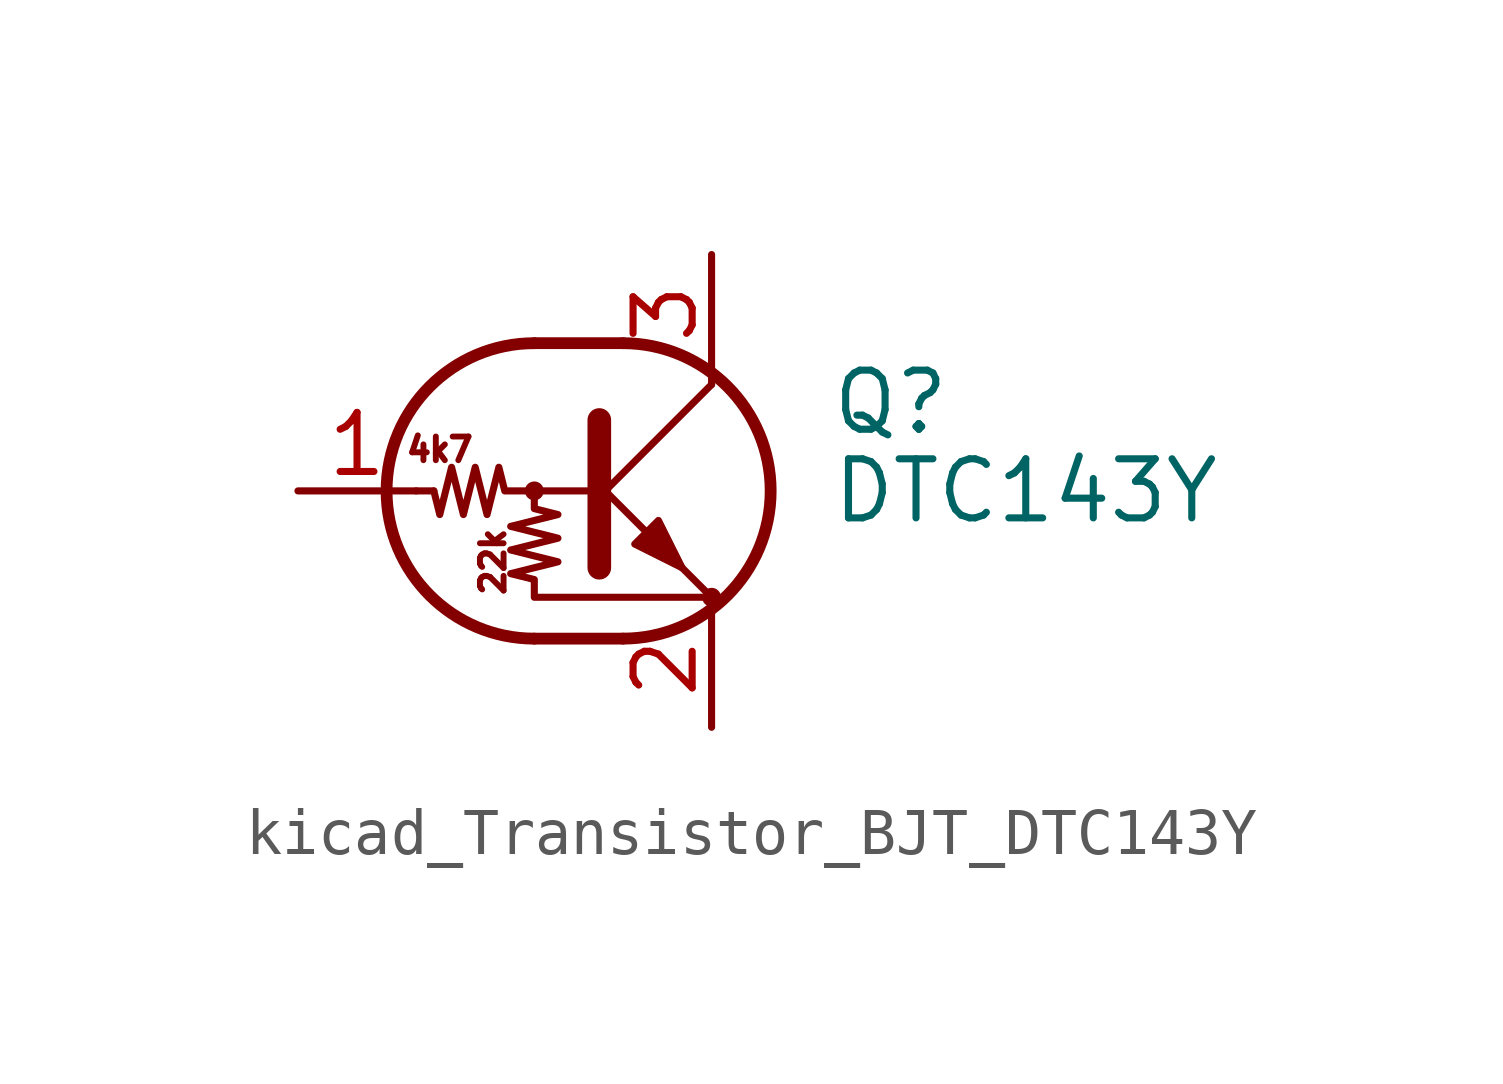
<source format=kicad_sym>
(kicad_symbol_lib
  (version 20220914)
  (generator kicad_symbol_editor)
  (symbol "kicad_Transistor_BJT_DTC143Y"
    (pin_names
      (offset 0) hide)
    (property "Reference" "Q"
      (at 5.08 1.905 0)
      (effects (font (size 1.27 1.27)) (justify left)))
    (property "Value" "DTC143Y"
      (at 5.08 0 0)
      (effects (font (size 1.27 1.27)) (justify left)))
    (symbol "kicad_Transistor_BJT_DTC143Y_0_0"
      (text "22k" (at -2.159 -1.524 900) (effects (font (size 0.508 0.508))))
      (text "4k7" (at -3.302 0.889 0) (effects (font (size 0.508 0.508)))))
    (symbol "kicad_Transistor_BJT_DTC143Y_0_1"
      (circle (center -1.27 0) (radius 0.127) (stroke (width 0) (type default)) (fill (type none)))
      (arc (start -1.27 3.175) (mid -4.4312 0) (end -1.27 -3.175) (stroke (width 0.254) (type default)) (fill (type none)))
      (polyline (pts (xy -3.429 0) (xy -3.81 0)) (stroke (width 0) (type default)) (fill (type none)))
      (polyline (pts (xy -1.27 -3.175) (xy 0.635 -3.175)) (stroke (width 0.254) (type default)) (fill (type none)))
      (polyline (pts (xy -1.27 3.175) (xy 0.635 3.175)) (stroke (width 0.254) (type default)) (fill (type none)))
      (polyline (pts (xy 0 -0.254) (xy 2.54 2.286)) (stroke (width 0) (type default)) (fill (type none)))
      (polyline (pts (xy 0.127 1.524) (xy 0.127 -1.651)) (stroke (width 0.508) (type default)) (fill (type outline)))
      (polyline (pts (xy 2.54 2.286) (xy 2.54 2.54)) (stroke (width 0) (type default)) (fill (type none)))
      (polyline (pts (xy 2.54 -2.286) (xy 0 0.254) (xy 0 0.254)) (stroke (width 0) (type default)) (fill (type none)))
      (polyline (pts (xy 0.889 -1.143) (xy 1.397 -0.635) (xy 1.905 -1.651) (xy 0.889 -1.143)) (stroke (width 0) (type default)) (fill (type outline)))
      (polyline (pts (xy 0 0) (xy -1.905 0) (xy -2.032 0.508) (xy -2.286 -0.508) (xy -2.54 0.508) (xy -2.794 -0.508) (xy -3.048 0.508) (xy -3.302 -0.508) (xy -3.429 0)) (stroke (width 0) (type default)) (fill (type none)))
      (polyline (pts (xy -1.27 0) (xy -1.27 -0.381) (xy -0.762 -0.508) (xy -1.778 -0.762) (xy -0.762 -1.016) (xy -1.778 -1.27) (xy -0.762 -1.524) (xy -1.778 -1.778) (xy -1.27 -1.905) (xy -1.27 -2.286) (xy 2.54 -2.286)) (stroke (width 0) (type default)) (fill (type none)))
      (arc (start 0.635 -3.175) (mid 3.7962 0) (end 0.635 3.175) (stroke (width 0.254) (type default)) (fill (type none)))
      (circle (center 2.54 -2.286) (radius 0.127) (stroke (width 0) (type default)) (fill (type none))))
    (symbol "kicad_Transistor_BJT_DTC143Y_1_1"
      (pin input line (at -6.35 0 0) (length 2.54) (name "B" (effects (font (size 1.27 1.27)))) (number "1" (effects (font (size 1.27 1.27)))))
      (pin passive line (at 2.54 -5.08 90) (length 2.54) (name "E" (effects (font (size 1.27 1.27)))) (number "2" (effects (font (size 1.27 1.27)))))
      (pin passive line (at 2.54 5.08 270) (length 2.54) (name "C" (effects (font (size 1.27 1.27)))) (number "3" (effects (font (size 1.27 1.27))))))))
</source>
